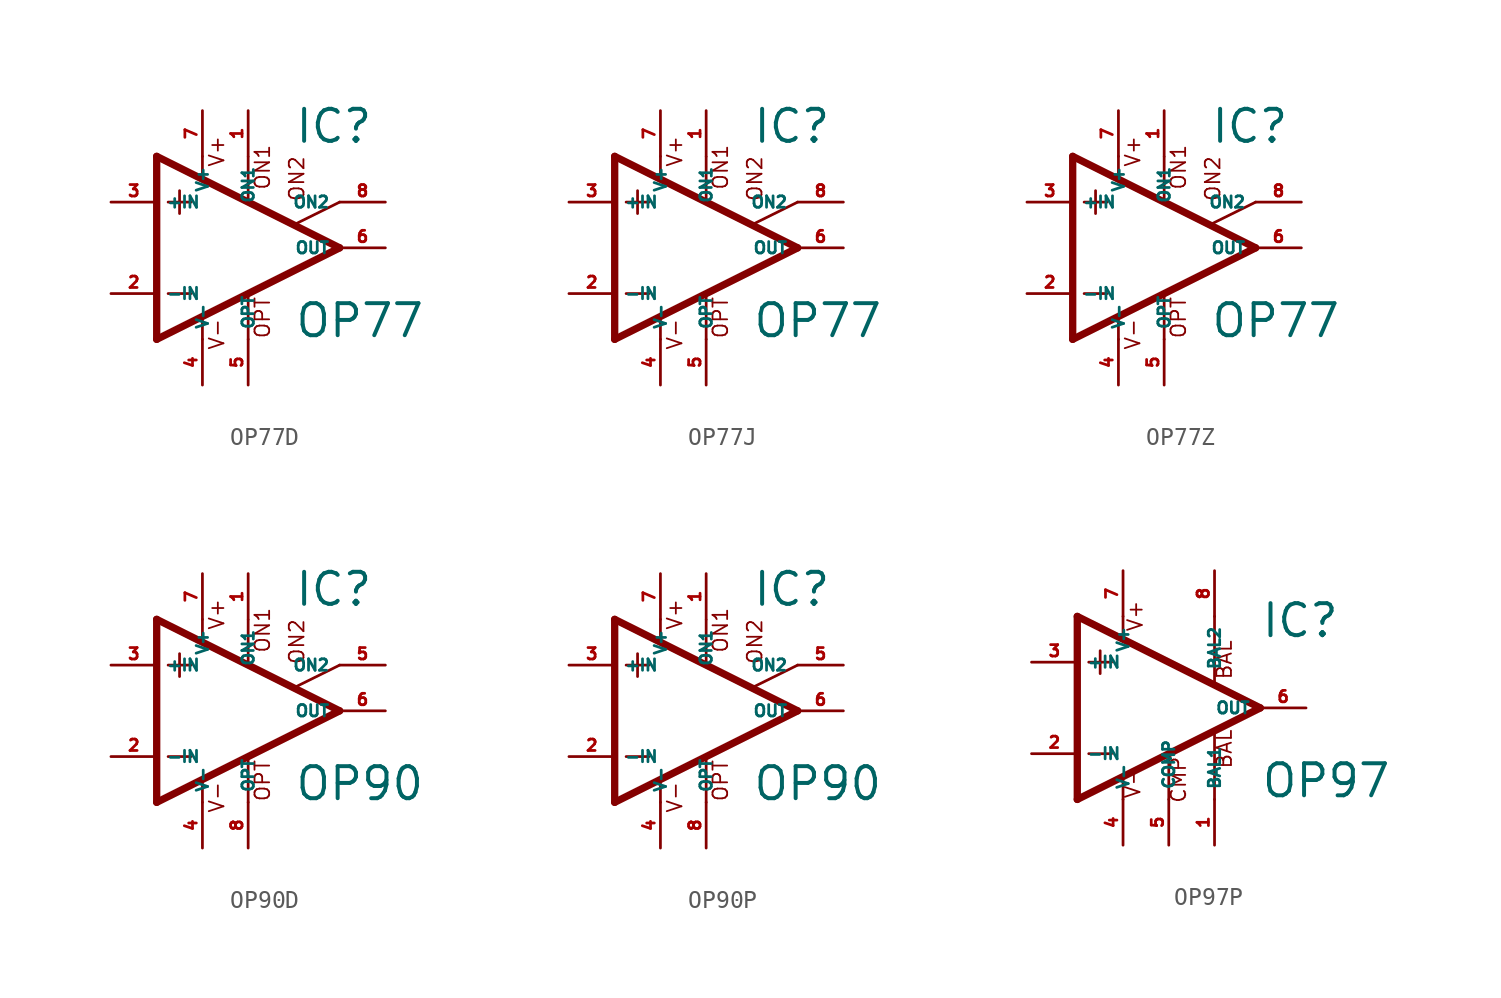
<source format=kicad_sym>
(kicad_symbol_lib
  (version 20220914)
  (generator Eagle2Kicad)
  (symbol "OP77D"
    (property "Reference" "IC"
      (at 2.54 5.715 0)
      (effects (font (size 1.778 1.778) (thickness 0.22)) (justify left bottom)))
    (property "Value" "OP77"
      (at 2.54 -5.08 0)
      (effects (font (size 1.778 1.778) (thickness 0.22)) (justify left bottom)))
    (polyline
      (pts (xy -3.81 3.175) (xy -3.81 1.905))
      (stroke (width 0.152) (type default))
      (fill (type none)))
    (polyline
      (pts (xy -4.445 2.54) (xy -3.175 2.54))
      (stroke (width 0.152) (type default))
      (fill (type none)))
    (polyline
      (pts (xy -4.445 -2.54) (xy -3.175 -2.54))
      (stroke (width 0.152) (type default))
      (fill (type none)))
    (polyline
      (pts (xy -2.54 5.08) (xy -2.54 3.886))
      (stroke (width 0.152) (type default))
      (fill (type none)))
    (polyline
      (pts (xy 0 5.055) (xy 0 2.616))
      (stroke (width 0.152) (type default))
      (fill (type none)))
    (polyline
      (pts (xy 0 -2.616) (xy 0 -5.08))
      (stroke (width 0.152) (type default))
      (fill (type none)))
    (polyline
      (pts (xy -2.54 -3.912) (xy -2.54 -5.08))
      (stroke (width 0.152) (type default))
      (fill (type none)))
    (polyline
      (pts (xy 5.08 2.54) (xy 2.616 1.321))
      (stroke (width 0.152) (type default))
      (fill (type none)))
    (polyline
      (pts (xy 5.08 0) (xy -5.08 5.08))
      (stroke (width 0.406) (type default))
      (fill (type none)))
    (polyline
      (pts (xy -5.08 5.08) (xy -5.08 -5.08))
      (stroke (width 0.406) (type default))
      (fill (type none)))
    (polyline
      (pts (xy -5.08 -5.08) (xy 5.08 0))
      (stroke (width 0.406) (type default))
      (fill (type none)))
    (text "ON1"
      (at 1.27 3.175 900)
      (effects (font (size 0.813 0.813) (thickness 0.10)) (justify left bottom)))
    (text "ON2"
      (at 3.175 2.54 900)
      (effects (font (size 0.813 0.813) (thickness 0.10)) (justify left bottom)))
    (text "OPT"
      (at 1.27 -5.08 900)
      (effects (font (size 0.813 0.813) (thickness 0.10)) (justify left bottom)))
    (text "V+"
      (at -1.27 4.445 900)
      (effects (font (size 0.813 0.813) (thickness 0.10)) (justify left bottom)))
    (text "V-"
      (at -1.27 -5.715 900)
      (effects (font (size 0.813 0.813) (thickness 0.10)) (justify left bottom)))
    (pin passive line
      (at 7.62 2.54 180)
      (length 2.54)
      (name "ON2" (effects (font (size 0.635 0.635) (thickness 0.08)) (justify left bottom)))
      (number "8" (effects (font (size 0.635 0.635) (thickness 0.08)) (justify left bottom))))
    (pin passive line
      (at 0 7.62 270)
      (length 2.54)
      (name "ON1" (effects (font (size 0.635 0.635) (thickness 0.08)) (justify left bottom)))
      (number "1" (effects (font (size 0.635 0.635) (thickness 0.08)) (justify left bottom))))
    (pin input line
      (at -7.62 -2.54 0)
      (length 2.54)
      (name "-IN" (effects (font (size 0.635 0.635) (thickness 0.08)) (justify left bottom)))
      (number "2" (effects (font (size 0.635 0.635) (thickness 0.08)) (justify left bottom))))
    (pin input line
      (at -7.62 2.54 0)
      (length 2.54)
      (name "+IN" (effects (font (size 0.635 0.635) (thickness 0.08)) (justify left bottom)))
      (number "3" (effects (font (size 0.635 0.635) (thickness 0.08)) (justify left bottom))))
    (pin output line
      (at 7.62 0 180)
      (length 2.54)
      (name "OUT" (effects (font (size 0.635 0.635) (thickness 0.08)) (justify left bottom)))
      (number "6" (effects (font (size 0.635 0.635) (thickness 0.08)) (justify left bottom))))
    (pin passive line
      (at 0 -7.62 90)
      (length 2.54)
      (name "OPT" (effects (font (size 0.635 0.635) (thickness 0.08)) (justify left bottom)))
      (number "5" (effects (font (size 0.635 0.635) (thickness 0.08)) (justify left bottom))))
    (pin unspecified line
      (at -2.54 7.62 270)
      (length 2.54)
      (name "V+" (effects (font (size 0.635 0.635) (thickness 0.08)) (justify left bottom)))
      (number "7" (effects (font (size 0.635 0.635) (thickness 0.08)) (justify left bottom))))
    (pin unspecified line
      (at -2.54 -7.62 90)
      (length 2.54)
      (name "V-" (effects (font (size 0.635 0.635) (thickness 0.08)) (justify left bottom)))
      (number "4" (effects (font (size 0.635 0.635) (thickness 0.08)) (justify left bottom)))))
  (symbol "OP77J"
    (property "Reference" "IC"
      (at 2.54 5.715 0)
      (effects (font (size 1.778 1.778) (thickness 0.22)) (justify left bottom)))
    (property "Value" "OP77"
      (at 2.54 -5.08 0)
      (effects (font (size 1.778 1.778) (thickness 0.22)) (justify left bottom)))
    (polyline
      (pts (xy -3.81 3.175) (xy -3.81 1.905))
      (stroke (width 0.152) (type default))
      (fill (type none)))
    (polyline
      (pts (xy -4.445 2.54) (xy -3.175 2.54))
      (stroke (width 0.152) (type default))
      (fill (type none)))
    (polyline
      (pts (xy -4.445 -2.54) (xy -3.175 -2.54))
      (stroke (width 0.152) (type default))
      (fill (type none)))
    (polyline
      (pts (xy -2.54 5.08) (xy -2.54 3.886))
      (stroke (width 0.152) (type default))
      (fill (type none)))
    (polyline
      (pts (xy 0 5.055) (xy 0 2.616))
      (stroke (width 0.152) (type default))
      (fill (type none)))
    (polyline
      (pts (xy 0 -2.616) (xy 0 -5.08))
      (stroke (width 0.152) (type default))
      (fill (type none)))
    (polyline
      (pts (xy -2.54 -3.912) (xy -2.54 -5.08))
      (stroke (width 0.152) (type default))
      (fill (type none)))
    (polyline
      (pts (xy 5.08 2.54) (xy 2.616 1.321))
      (stroke (width 0.152) (type default))
      (fill (type none)))
    (polyline
      (pts (xy 5.08 0) (xy -5.08 5.08))
      (stroke (width 0.406) (type default))
      (fill (type none)))
    (polyline
      (pts (xy -5.08 5.08) (xy -5.08 -5.08))
      (stroke (width 0.406) (type default))
      (fill (type none)))
    (polyline
      (pts (xy -5.08 -5.08) (xy 5.08 0))
      (stroke (width 0.406) (type default))
      (fill (type none)))
    (text "ON1"
      (at 1.27 3.175 900)
      (effects (font (size 0.813 0.813) (thickness 0.10)) (justify left bottom)))
    (text "ON2"
      (at 3.175 2.54 900)
      (effects (font (size 0.813 0.813) (thickness 0.10)) (justify left bottom)))
    (text "OPT"
      (at 1.27 -5.08 900)
      (effects (font (size 0.813 0.813) (thickness 0.10)) (justify left bottom)))
    (text "V+"
      (at -1.27 4.445 900)
      (effects (font (size 0.813 0.813) (thickness 0.10)) (justify left bottom)))
    (text "V-"
      (at -1.27 -5.715 900)
      (effects (font (size 0.813 0.813) (thickness 0.10)) (justify left bottom)))
    (pin passive line
      (at 7.62 2.54 180)
      (length 2.54)
      (name "ON2" (effects (font (size 0.635 0.635) (thickness 0.08)) (justify left bottom)))
      (number "8" (effects (font (size 0.635 0.635) (thickness 0.08)) (justify left bottom))))
    (pin passive line
      (at 0 7.62 270)
      (length 2.54)
      (name "ON1" (effects (font (size 0.635 0.635) (thickness 0.08)) (justify left bottom)))
      (number "1" (effects (font (size 0.635 0.635) (thickness 0.08)) (justify left bottom))))
    (pin input line
      (at -7.62 -2.54 0)
      (length 2.54)
      (name "-IN" (effects (font (size 0.635 0.635) (thickness 0.08)) (justify left bottom)))
      (number "2" (effects (font (size 0.635 0.635) (thickness 0.08)) (justify left bottom))))
    (pin input line
      (at -7.62 2.54 0)
      (length 2.54)
      (name "+IN" (effects (font (size 0.635 0.635) (thickness 0.08)) (justify left bottom)))
      (number "3" (effects (font (size 0.635 0.635) (thickness 0.08)) (justify left bottom))))
    (pin output line
      (at 7.62 0 180)
      (length 2.54)
      (name "OUT" (effects (font (size 0.635 0.635) (thickness 0.08)) (justify left bottom)))
      (number "6" (effects (font (size 0.635 0.635) (thickness 0.08)) (justify left bottom))))
    (pin passive line
      (at 0 -7.62 90)
      (length 2.54)
      (name "OPT" (effects (font (size 0.635 0.635) (thickness 0.08)) (justify left bottom)))
      (number "5" (effects (font (size 0.635 0.635) (thickness 0.08)) (justify left bottom))))
    (pin unspecified line
      (at -2.54 7.62 270)
      (length 2.54)
      (name "V+" (effects (font (size 0.635 0.635) (thickness 0.08)) (justify left bottom)))
      (number "7" (effects (font (size 0.635 0.635) (thickness 0.08)) (justify left bottom))))
    (pin unspecified line
      (at -2.54 -7.62 90)
      (length 2.54)
      (name "V-" (effects (font (size 0.635 0.635) (thickness 0.08)) (justify left bottom)))
      (number "4" (effects (font (size 0.635 0.635) (thickness 0.08)) (justify left bottom)))))
  (symbol "OP77Z"
    (property "Reference" "IC"
      (at 2.54 5.715 0)
      (effects (font (size 1.778 1.778) (thickness 0.22)) (justify left bottom)))
    (property "Value" "OP77"
      (at 2.54 -5.08 0)
      (effects (font (size 1.778 1.778) (thickness 0.22)) (justify left bottom)))
    (polyline
      (pts (xy -3.81 3.175) (xy -3.81 1.905))
      (stroke (width 0.152) (type default))
      (fill (type none)))
    (polyline
      (pts (xy -4.445 2.54) (xy -3.175 2.54))
      (stroke (width 0.152) (type default))
      (fill (type none)))
    (polyline
      (pts (xy -4.445 -2.54) (xy -3.175 -2.54))
      (stroke (width 0.152) (type default))
      (fill (type none)))
    (polyline
      (pts (xy -2.54 5.08) (xy -2.54 3.886))
      (stroke (width 0.152) (type default))
      (fill (type none)))
    (polyline
      (pts (xy 0 5.055) (xy 0 2.616))
      (stroke (width 0.152) (type default))
      (fill (type none)))
    (polyline
      (pts (xy 0 -2.616) (xy 0 -5.08))
      (stroke (width 0.152) (type default))
      (fill (type none)))
    (polyline
      (pts (xy -2.54 -3.912) (xy -2.54 -5.08))
      (stroke (width 0.152) (type default))
      (fill (type none)))
    (polyline
      (pts (xy 5.08 2.54) (xy 2.616 1.321))
      (stroke (width 0.152) (type default))
      (fill (type none)))
    (polyline
      (pts (xy 5.08 0) (xy -5.08 5.08))
      (stroke (width 0.406) (type default))
      (fill (type none)))
    (polyline
      (pts (xy -5.08 5.08) (xy -5.08 -5.08))
      (stroke (width 0.406) (type default))
      (fill (type none)))
    (polyline
      (pts (xy -5.08 -5.08) (xy 5.08 0))
      (stroke (width 0.406) (type default))
      (fill (type none)))
    (text "ON1"
      (at 1.27 3.175 900)
      (effects (font (size 0.813 0.813) (thickness 0.10)) (justify left bottom)))
    (text "ON2"
      (at 3.175 2.54 900)
      (effects (font (size 0.813 0.813) (thickness 0.10)) (justify left bottom)))
    (text "OPT"
      (at 1.27 -5.08 900)
      (effects (font (size 0.813 0.813) (thickness 0.10)) (justify left bottom)))
    (text "V+"
      (at -1.27 4.445 900)
      (effects (font (size 0.813 0.813) (thickness 0.10)) (justify left bottom)))
    (text "V-"
      (at -1.27 -5.715 900)
      (effects (font (size 0.813 0.813) (thickness 0.10)) (justify left bottom)))
    (pin passive line
      (at 7.62 2.54 180)
      (length 2.54)
      (name "ON2" (effects (font (size 0.635 0.635) (thickness 0.08)) (justify left bottom)))
      (number "8" (effects (font (size 0.635 0.635) (thickness 0.08)) (justify left bottom))))
    (pin passive line
      (at 0 7.62 270)
      (length 2.54)
      (name "ON1" (effects (font (size 0.635 0.635) (thickness 0.08)) (justify left bottom)))
      (number "1" (effects (font (size 0.635 0.635) (thickness 0.08)) (justify left bottom))))
    (pin input line
      (at -7.62 -2.54 0)
      (length 2.54)
      (name "-IN" (effects (font (size 0.635 0.635) (thickness 0.08)) (justify left bottom)))
      (number "2" (effects (font (size 0.635 0.635) (thickness 0.08)) (justify left bottom))))
    (pin input line
      (at -7.62 2.54 0)
      (length 2.54)
      (name "+IN" (effects (font (size 0.635 0.635) (thickness 0.08)) (justify left bottom)))
      (number "3" (effects (font (size 0.635 0.635) (thickness 0.08)) (justify left bottom))))
    (pin output line
      (at 7.62 0 180)
      (length 2.54)
      (name "OUT" (effects (font (size 0.635 0.635) (thickness 0.08)) (justify left bottom)))
      (number "6" (effects (font (size 0.635 0.635) (thickness 0.08)) (justify left bottom))))
    (pin passive line
      (at 0 -7.62 90)
      (length 2.54)
      (name "OPT" (effects (font (size 0.635 0.635) (thickness 0.08)) (justify left bottom)))
      (number "5" (effects (font (size 0.635 0.635) (thickness 0.08)) (justify left bottom))))
    (pin unspecified line
      (at -2.54 7.62 270)
      (length 2.54)
      (name "V+" (effects (font (size 0.635 0.635) (thickness 0.08)) (justify left bottom)))
      (number "7" (effects (font (size 0.635 0.635) (thickness 0.08)) (justify left bottom))))
    (pin unspecified line
      (at -2.54 -7.62 90)
      (length 2.54)
      (name "V-" (effects (font (size 0.635 0.635) (thickness 0.08)) (justify left bottom)))
      (number "4" (effects (font (size 0.635 0.635) (thickness 0.08)) (justify left bottom)))))
  (symbol "OP90D"
    (property "Reference" "IC"
      (at 2.54 5.715 0)
      (effects (font (size 1.778 1.778) (thickness 0.22)) (justify left bottom)))
    (property "Value" "OP90"
      (at 2.54 -5.08 0)
      (effects (font (size 1.778 1.778) (thickness 0.22)) (justify left bottom)))
    (polyline
      (pts (xy -3.81 3.175) (xy -3.81 1.905))
      (stroke (width 0.152) (type default))
      (fill (type none)))
    (polyline
      (pts (xy -4.445 2.54) (xy -3.175 2.54))
      (stroke (width 0.152) (type default))
      (fill (type none)))
    (polyline
      (pts (xy -4.445 -2.54) (xy -3.175 -2.54))
      (stroke (width 0.152) (type default))
      (fill (type none)))
    (polyline
      (pts (xy -2.54 5.08) (xy -2.54 3.886))
      (stroke (width 0.152) (type default))
      (fill (type none)))
    (polyline
      (pts (xy 0 5.055) (xy 0 2.616))
      (stroke (width 0.152) (type default))
      (fill (type none)))
    (polyline
      (pts (xy 0 -2.616) (xy 0 -5.08))
      (stroke (width 0.152) (type default))
      (fill (type none)))
    (polyline
      (pts (xy -2.54 -3.912) (xy -2.54 -5.08))
      (stroke (width 0.152) (type default))
      (fill (type none)))
    (polyline
      (pts (xy 5.08 2.54) (xy 2.616 1.321))
      (stroke (width 0.152) (type default))
      (fill (type none)))
    (polyline
      (pts (xy 5.08 0) (xy -5.08 5.08))
      (stroke (width 0.406) (type default))
      (fill (type none)))
    (polyline
      (pts (xy -5.08 5.08) (xy -5.08 -5.08))
      (stroke (width 0.406) (type default))
      (fill (type none)))
    (polyline
      (pts (xy -5.08 -5.08) (xy 5.08 0))
      (stroke (width 0.406) (type default))
      (fill (type none)))
    (text "ON1"
      (at 1.27 3.175 900)
      (effects (font (size 0.813 0.813) (thickness 0.10)) (justify left bottom)))
    (text "ON2"
      (at 3.175 2.54 900)
      (effects (font (size 0.813 0.813) (thickness 0.10)) (justify left bottom)))
    (text "OPT"
      (at 1.27 -5.08 900)
      (effects (font (size 0.813 0.813) (thickness 0.10)) (justify left bottom)))
    (text "V+"
      (at -1.27 4.445 900)
      (effects (font (size 0.813 0.813) (thickness 0.10)) (justify left bottom)))
    (text "V-"
      (at -1.27 -5.715 900)
      (effects (font (size 0.813 0.813) (thickness 0.10)) (justify left bottom)))
    (pin passive line
      (at 7.62 2.54 180)
      (length 2.54)
      (name "ON2" (effects (font (size 0.635 0.635) (thickness 0.08)) (justify left bottom)))
      (number "5" (effects (font (size 0.635 0.635) (thickness 0.08)) (justify left bottom))))
    (pin passive line
      (at 0 7.62 270)
      (length 2.54)
      (name "ON1" (effects (font (size 0.635 0.635) (thickness 0.08)) (justify left bottom)))
      (number "1" (effects (font (size 0.635 0.635) (thickness 0.08)) (justify left bottom))))
    (pin input line
      (at -7.62 -2.54 0)
      (length 2.54)
      (name "-IN" (effects (font (size 0.635 0.635) (thickness 0.08)) (justify left bottom)))
      (number "2" (effects (font (size 0.635 0.635) (thickness 0.08)) (justify left bottom))))
    (pin input line
      (at -7.62 2.54 0)
      (length 2.54)
      (name "+IN" (effects (font (size 0.635 0.635) (thickness 0.08)) (justify left bottom)))
      (number "3" (effects (font (size 0.635 0.635) (thickness 0.08)) (justify left bottom))))
    (pin output line
      (at 7.62 0 180)
      (length 2.54)
      (name "OUT" (effects (font (size 0.635 0.635) (thickness 0.08)) (justify left bottom)))
      (number "6" (effects (font (size 0.635 0.635) (thickness 0.08)) (justify left bottom))))
    (pin passive line
      (at 0 -7.62 90)
      (length 2.54)
      (name "OPT" (effects (font (size 0.635 0.635) (thickness 0.08)) (justify left bottom)))
      (number "8" (effects (font (size 0.635 0.635) (thickness 0.08)) (justify left bottom))))
    (pin unspecified line
      (at -2.54 7.62 270)
      (length 2.54)
      (name "V+" (effects (font (size 0.635 0.635) (thickness 0.08)) (justify left bottom)))
      (number "7" (effects (font (size 0.635 0.635) (thickness 0.08)) (justify left bottom))))
    (pin unspecified line
      (at -2.54 -7.62 90)
      (length 2.54)
      (name "V-" (effects (font (size 0.635 0.635) (thickness 0.08)) (justify left bottom)))
      (number "4" (effects (font (size 0.635 0.635) (thickness 0.08)) (justify left bottom)))))
  (symbol "OP90P"
    (property "Reference" "IC"
      (at 2.54 5.715 0)
      (effects (font (size 1.778 1.778) (thickness 0.22)) (justify left bottom)))
    (property "Value" "OP90"
      (at 2.54 -5.08 0)
      (effects (font (size 1.778 1.778) (thickness 0.22)) (justify left bottom)))
    (polyline
      (pts (xy -3.81 3.175) (xy -3.81 1.905))
      (stroke (width 0.152) (type default))
      (fill (type none)))
    (polyline
      (pts (xy -4.445 2.54) (xy -3.175 2.54))
      (stroke (width 0.152) (type default))
      (fill (type none)))
    (polyline
      (pts (xy -4.445 -2.54) (xy -3.175 -2.54))
      (stroke (width 0.152) (type default))
      (fill (type none)))
    (polyline
      (pts (xy -2.54 5.08) (xy -2.54 3.886))
      (stroke (width 0.152) (type default))
      (fill (type none)))
    (polyline
      (pts (xy 0 5.055) (xy 0 2.616))
      (stroke (width 0.152) (type default))
      (fill (type none)))
    (polyline
      (pts (xy 0 -2.616) (xy 0 -5.08))
      (stroke (width 0.152) (type default))
      (fill (type none)))
    (polyline
      (pts (xy -2.54 -3.912) (xy -2.54 -5.08))
      (stroke (width 0.152) (type default))
      (fill (type none)))
    (polyline
      (pts (xy 5.08 2.54) (xy 2.616 1.321))
      (stroke (width 0.152) (type default))
      (fill (type none)))
    (polyline
      (pts (xy 5.08 0) (xy -5.08 5.08))
      (stroke (width 0.406) (type default))
      (fill (type none)))
    (polyline
      (pts (xy -5.08 5.08) (xy -5.08 -5.08))
      (stroke (width 0.406) (type default))
      (fill (type none)))
    (polyline
      (pts (xy -5.08 -5.08) (xy 5.08 0))
      (stroke (width 0.406) (type default))
      (fill (type none)))
    (text "ON1"
      (at 1.27 3.175 900)
      (effects (font (size 0.813 0.813) (thickness 0.10)) (justify left bottom)))
    (text "ON2"
      (at 3.175 2.54 900)
      (effects (font (size 0.813 0.813) (thickness 0.10)) (justify left bottom)))
    (text "OPT"
      (at 1.27 -5.08 900)
      (effects (font (size 0.813 0.813) (thickness 0.10)) (justify left bottom)))
    (text "V+"
      (at -1.27 4.445 900)
      (effects (font (size 0.813 0.813) (thickness 0.10)) (justify left bottom)))
    (text "V-"
      (at -1.27 -5.715 900)
      (effects (font (size 0.813 0.813) (thickness 0.10)) (justify left bottom)))
    (pin passive line
      (at 7.62 2.54 180)
      (length 2.54)
      (name "ON2" (effects (font (size 0.635 0.635) (thickness 0.08)) (justify left bottom)))
      (number "5" (effects (font (size 0.635 0.635) (thickness 0.08)) (justify left bottom))))
    (pin passive line
      (at 0 7.62 270)
      (length 2.54)
      (name "ON1" (effects (font (size 0.635 0.635) (thickness 0.08)) (justify left bottom)))
      (number "1" (effects (font (size 0.635 0.635) (thickness 0.08)) (justify left bottom))))
    (pin input line
      (at -7.62 -2.54 0)
      (length 2.54)
      (name "-IN" (effects (font (size 0.635 0.635) (thickness 0.08)) (justify left bottom)))
      (number "2" (effects (font (size 0.635 0.635) (thickness 0.08)) (justify left bottom))))
    (pin input line
      (at -7.62 2.54 0)
      (length 2.54)
      (name "+IN" (effects (font (size 0.635 0.635) (thickness 0.08)) (justify left bottom)))
      (number "3" (effects (font (size 0.635 0.635) (thickness 0.08)) (justify left bottom))))
    (pin output line
      (at 7.62 0 180)
      (length 2.54)
      (name "OUT" (effects (font (size 0.635 0.635) (thickness 0.08)) (justify left bottom)))
      (number "6" (effects (font (size 0.635 0.635) (thickness 0.08)) (justify left bottom))))
    (pin passive line
      (at 0 -7.62 90)
      (length 2.54)
      (name "OPT" (effects (font (size 0.635 0.635) (thickness 0.08)) (justify left bottom)))
      (number "8" (effects (font (size 0.635 0.635) (thickness 0.08)) (justify left bottom))))
    (pin unspecified line
      (at -2.54 7.62 270)
      (length 2.54)
      (name "V+" (effects (font (size 0.635 0.635) (thickness 0.08)) (justify left bottom)))
      (number "7" (effects (font (size 0.635 0.635) (thickness 0.08)) (justify left bottom))))
    (pin unspecified line
      (at -2.54 -7.62 90)
      (length 2.54)
      (name "V-" (effects (font (size 0.635 0.635) (thickness 0.08)) (justify left bottom)))
      (number "4" (effects (font (size 0.635 0.635) (thickness 0.08)) (justify left bottom)))))
  (symbol "OP97P"
    (property "Reference" "IC"
      (at 5.08 3.81 0)
      (effects (font (size 1.778 1.778) (thickness 0.22)) (justify left bottom)))
    (property "Value" "OP97"
      (at 5.08 -5.08 0)
      (effects (font (size 1.778 1.778) (thickness 0.22)) (justify left bottom)))
    (polyline
      (pts (xy -3.81 3.175) (xy -3.81 1.905))
      (stroke (width 0.152) (type default))
      (fill (type none)))
    (polyline
      (pts (xy -4.445 2.54) (xy -3.175 2.54))
      (stroke (width 0.152) (type default))
      (fill (type none)))
    (polyline
      (pts (xy -4.445 -2.54) (xy -3.175 -2.54))
      (stroke (width 0.152) (type default))
      (fill (type none)))
    (polyline
      (pts (xy -5.08 5.08) (xy -5.08 -5.08))
      (stroke (width 0.406) (type default))
      (fill (type none)))
    (polyline
      (pts (xy -2.54 5.08) (xy -2.54 3.886))
      (stroke (width 0.152) (type default))
      (fill (type none)))
    (polyline
      (pts (xy 2.54 5.08) (xy 2.54 1.346))
      (stroke (width 0.152) (type default))
      (fill (type none)))
    (polyline
      (pts (xy 2.54 -5.08) (xy 2.54 -1.346))
      (stroke (width 0.152) (type default))
      (fill (type none)))
    (polyline
      (pts (xy -5.08 5.08) (xy 5.08 0))
      (stroke (width 0.406) (type default))
      (fill (type none)))
    (polyline
      (pts (xy -5.08 -5.08) (xy 5.08 0))
      (stroke (width 0.406) (type default))
      (fill (type none)))
    (polyline
      (pts (xy -2.54 -5.08) (xy -2.54 -3.886))
      (stroke (width 0.152) (type default))
      (fill (type none)))
    (polyline
      (pts (xy 0 -5.08) (xy 0 -2.616))
      (stroke (width 0.152) (type default))
      (fill (type none)))
    (text "BAL"
      (at 3.556 1.524 900)
      (effects (font (size 0.813 0.813) (thickness 0.10)) (justify left bottom)))
    (text "BAL"
      (at 3.556 -3.429 900)
      (effects (font (size 0.813 0.813) (thickness 0.10)) (justify left bottom)))
    (text "V-"
      (at -1.524 -5.08 900)
      (effects (font (size 0.813 0.813) (thickness 0.10)) (justify left bottom)))
    (text "CMP"
      (at 1.016 -5.334 900)
      (effects (font (size 0.813 0.813) (thickness 0.10)) (justify left bottom)))
    (text "V+"
      (at -1.397 4.191 900)
      (effects (font (size 0.813 0.813) (thickness 0.10)) (justify left bottom)))
    (pin input line
      (at -7.62 -2.54 0)
      (length 2.54)
      (name "-IN" (effects (font (size 0.635 0.635) (thickness 0.08)) (justify left bottom)))
      (number "2" (effects (font (size 0.635 0.635) (thickness 0.08)) (justify left bottom))))
    (pin input line
      (at -7.62 2.54 0)
      (length 2.54)
      (name "+IN" (effects (font (size 0.635 0.635) (thickness 0.08)) (justify left bottom)))
      (number "3" (effects (font (size 0.635 0.635) (thickness 0.08)) (justify left bottom))))
    (pin passive line
      (at 2.54 7.62 270)
      (length 2.54)
      (name "BAL2" (effects (font (size 0.635 0.635) (thickness 0.08)) (justify left bottom)))
      (number "8" (effects (font (size 0.635 0.635) (thickness 0.08)) (justify left bottom))))
    (pin output line
      (at 7.62 0 180)
      (length 2.54)
      (name "OUT" (effects (font (size 0.635 0.635) (thickness 0.08)) (justify left bottom)))
      (number "6" (effects (font (size 0.635 0.635) (thickness 0.08)) (justify left bottom))))
    (pin passive line
      (at 2.54 -7.62 90)
      (length 2.54)
      (name "BAL1" (effects (font (size 0.635 0.635) (thickness 0.08)) (justify left bottom)))
      (number "1" (effects (font (size 0.635 0.635) (thickness 0.08)) (justify left bottom))))
    (pin unspecified line
      (at -2.54 7.62 270)
      (length 2.54)
      (name "V+" (effects (font (size 0.635 0.635) (thickness 0.08)) (justify left bottom)))
      (number "7" (effects (font (size 0.635 0.635) (thickness 0.08)) (justify left bottom))))
    (pin passive line
      (at 0 -7.62 90)
      (length 2.54)
      (name "COMP" (effects (font (size 0.635 0.635) (thickness 0.08)) (justify left bottom)))
      (number "5" (effects (font (size 0.635 0.635) (thickness 0.08)) (justify left bottom))))
    (pin unspecified line
      (at -2.54 -7.62 90)
      (length 2.54)
      (name "V-" (effects (font (size 0.635 0.635) (thickness 0.08)) (justify left bottom)))
      (number "4" (effects (font (size 0.635 0.635) (thickness 0.08)) (justify left bottom))))))
</source>
